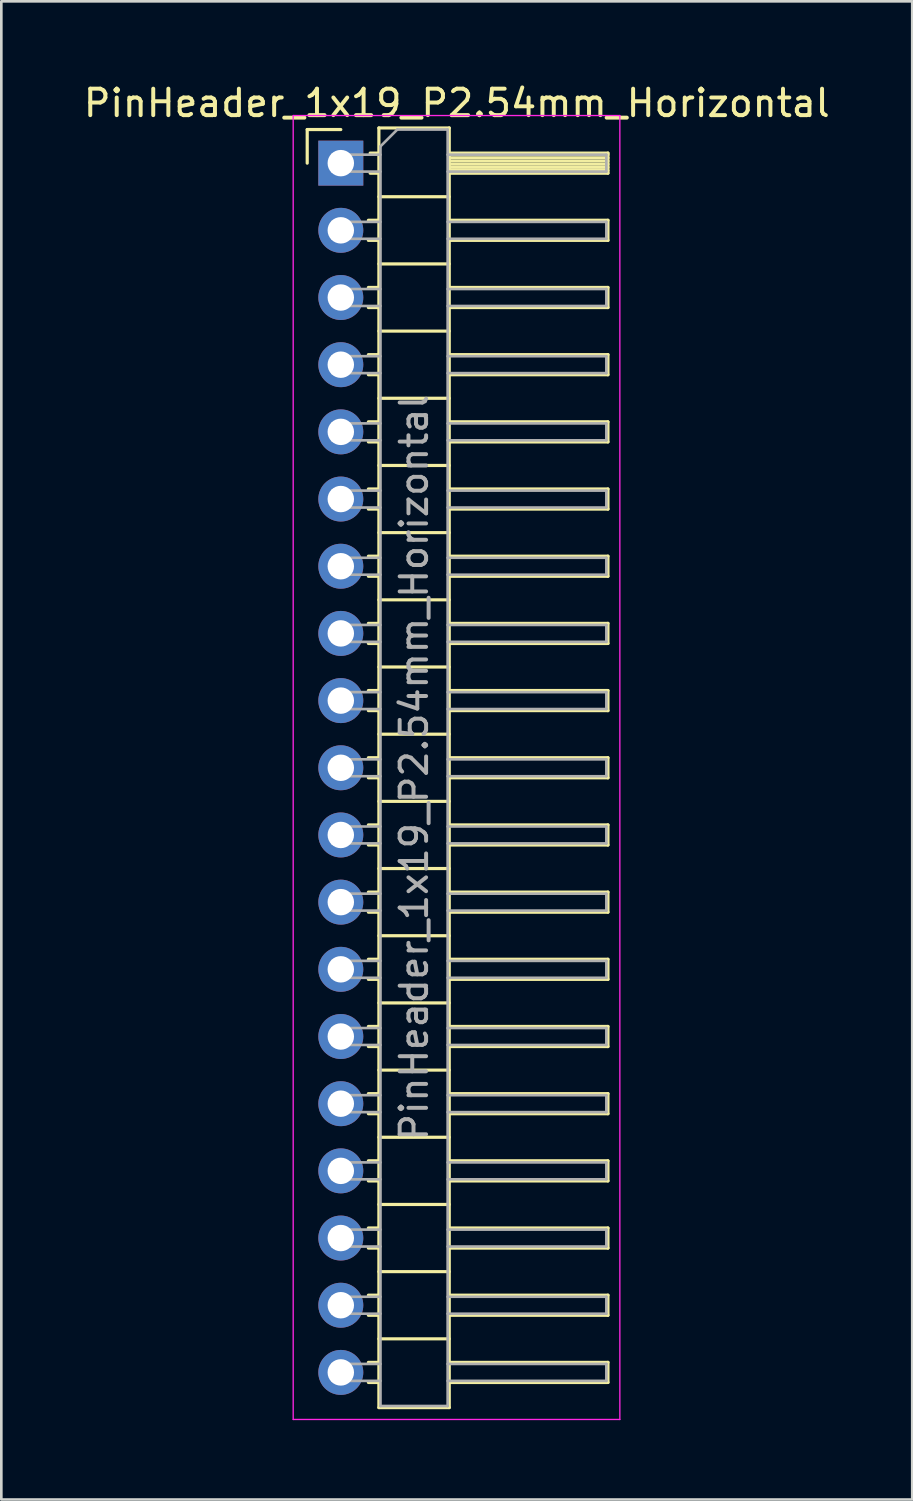
<source format=kicad_pcb>
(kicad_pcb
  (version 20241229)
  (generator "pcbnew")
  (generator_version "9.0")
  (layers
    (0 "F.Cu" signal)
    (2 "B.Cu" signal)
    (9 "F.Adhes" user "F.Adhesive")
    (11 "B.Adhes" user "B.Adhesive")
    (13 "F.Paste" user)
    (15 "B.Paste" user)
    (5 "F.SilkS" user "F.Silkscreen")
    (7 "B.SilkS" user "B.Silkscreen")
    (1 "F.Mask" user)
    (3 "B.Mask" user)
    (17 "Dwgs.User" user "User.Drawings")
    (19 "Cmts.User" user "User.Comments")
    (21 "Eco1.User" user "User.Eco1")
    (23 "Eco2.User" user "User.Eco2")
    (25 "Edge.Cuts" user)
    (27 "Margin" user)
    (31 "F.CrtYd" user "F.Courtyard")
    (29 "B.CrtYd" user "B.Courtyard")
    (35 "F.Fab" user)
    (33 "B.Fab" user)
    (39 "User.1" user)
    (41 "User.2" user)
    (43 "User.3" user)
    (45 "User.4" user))
  (footprint "PinHeader_1x19_P2.54mm_Horizontal"
    (layer "F.Cu")
    (at 9.835 3.118)
    (property "Reference" "PinHeader_1x19_P2.54mm_Horizontal" (at 4.385 -2.27 0) (layer "F.SilkS") (effects (font (size 1 1) (thickness 0.15))))
    (attr through_hole)
    (fp_line (start -1.27 -1.27) (end 0 -1.27) (stroke (width 0.12) (type solid)) (layer "F.SilkS"))
    (fp_line (start -1.27 0) (end -1.27 -1.27) (stroke (width 0.12) (type solid)) (layer "F.SilkS"))
    (fp_line (start 1.043 2.16) (end 1.44 2.16) (stroke (width 0.12) (type solid)) (layer "F.SilkS"))
    (fp_line (start 1.043 2.92) (end 1.44 2.92) (stroke (width 0.12) (type solid)) (layer "F.SilkS"))
    (fp_line (start 1.043 4.7) (end 1.44 4.7) (stroke (width 0.12) (type solid)) (layer "F.SilkS"))
    (fp_line (start 1.043 5.46) (end 1.44 5.46) (stroke (width 0.12) (type solid)) (layer "F.SilkS"))
    (fp_line (start 1.043 7.24) (end 1.44 7.24) (stroke (width 0.12) (type solid)) (layer "F.SilkS"))
    (fp_line (start 1.043 8) (end 1.44 8) (stroke (width 0.12) (type solid)) (layer "F.SilkS"))
    (fp_line (start 1.043 9.78) (end 1.44 9.78) (stroke (width 0.12) (type solid)) (layer "F.SilkS"))
    (fp_line (start 1.043 10.54) (end 1.44 10.54) (stroke (width 0.12) (type solid)) (layer "F.SilkS"))
    (fp_line (start 1.043 12.32) (end 1.44 12.32) (stroke (width 0.12) (type solid)) (layer "F.SilkS"))
    (fp_line (start 1.043 13.08) (end 1.44 13.08) (stroke (width 0.12) (type solid)) (layer "F.SilkS"))
    (fp_line (start 1.043 14.86) (end 1.44 14.86) (stroke (width 0.12) (type solid)) (layer "F.SilkS"))
    (fp_line (start 1.043 15.62) (end 1.44 15.62) (stroke (width 0.12) (type solid)) (layer "F.SilkS"))
    (fp_line (start 1.043 17.4) (end 1.44 17.4) (stroke (width 0.12) (type solid)) (layer "F.SilkS"))
    (fp_line (start 1.043 18.16) (end 1.44 18.16) (stroke (width 0.12) (type solid)) (layer "F.SilkS"))
    (fp_line (start 1.043 19.94) (end 1.44 19.94) (stroke (width 0.12) (type solid)) (layer "F.SilkS"))
    (fp_line (start 1.043 20.7) (end 1.44 20.7) (stroke (width 0.12) (type solid)) (layer "F.SilkS"))
    (fp_line (start 1.043 22.48) (end 1.44 22.48) (stroke (width 0.12) (type solid)) (layer "F.SilkS"))
    (fp_line (start 1.043 23.24) (end 1.44 23.24) (stroke (width 0.12) (type solid)) (layer "F.SilkS"))
    (fp_line (start 1.043 25.02) (end 1.44 25.02) (stroke (width 0.12) (type solid)) (layer "F.SilkS"))
    (fp_line (start 1.043 25.78) (end 1.44 25.78) (stroke (width 0.12) (type solid)) (layer "F.SilkS"))
    (fp_line (start 1.043 27.56) (end 1.44 27.56) (stroke (width 0.12) (type solid)) (layer "F.SilkS"))
    (fp_line (start 1.043 28.32) (end 1.44 28.32) (stroke (width 0.12) (type solid)) (layer "F.SilkS"))
    (fp_line (start 1.043 30.1) (end 1.44 30.1) (stroke (width 0.12) (type solid)) (layer "F.SilkS"))
    (fp_line (start 1.043 30.86) (end 1.44 30.86) (stroke (width 0.12) (type solid)) (layer "F.SilkS"))
    (fp_line (start 1.043 32.64) (end 1.44 32.64) (stroke (width 0.12) (type solid)) (layer "F.SilkS"))
    (fp_line (start 1.043 33.4) (end 1.44 33.4) (stroke (width 0.12) (type solid)) (layer "F.SilkS"))
    (fp_line (start 1.043 35.18) (end 1.44 35.18) (stroke (width 0.12) (type solid)) (layer "F.SilkS"))
    (fp_line (start 1.043 35.94) (end 1.44 35.94) (stroke (width 0.12) (type solid)) (layer "F.SilkS"))
    (fp_line (start 1.043 37.72) (end 1.44 37.72) (stroke (width 0.12) (type solid)) (layer "F.SilkS"))
    (fp_line (start 1.043 38.48) (end 1.44 38.48) (stroke (width 0.12) (type solid)) (layer "F.SilkS"))
    (fp_line (start 1.043 40.26) (end 1.44 40.26) (stroke (width 0.12) (type solid)) (layer "F.SilkS"))
    (fp_line (start 1.043 41.02) (end 1.44 41.02) (stroke (width 0.12) (type solid)) (layer "F.SilkS"))
    (fp_line (start 1.043 42.8) (end 1.44 42.8) (stroke (width 0.12) (type solid)) (layer "F.SilkS"))
    (fp_line (start 1.043 43.56) (end 1.44 43.56) (stroke (width 0.12) (type solid)) (layer "F.SilkS"))
    (fp_line (start 1.043 45.34) (end 1.44 45.34) (stroke (width 0.12) (type solid)) (layer "F.SilkS"))
    (fp_line (start 1.043 46.1) (end 1.44 46.1) (stroke (width 0.12) (type solid)) (layer "F.SilkS"))
    (fp_line (start 1.11 -0.38) (end 1.44 -0.38) (stroke (width 0.12) (type solid)) (layer "F.SilkS"))
    (fp_line (start 1.11 0.38) (end 1.44 0.38) (stroke (width 0.12) (type solid)) (layer "F.SilkS"))
    (fp_line (start 1.44 -1.33) (end 1.44 47.05) (stroke (width 0.12) (type solid)) (layer "F.SilkS"))
    (fp_line (start 1.44 1.27) (end 4.1 1.27) (stroke (width 0.12) (type solid)) (layer "F.SilkS"))
    (fp_line (start 1.44 3.81) (end 4.1 3.81) (stroke (width 0.12) (type solid)) (layer "F.SilkS"))
    (fp_line (start 1.44 6.35) (end 4.1 6.35) (stroke (width 0.12) (type solid)) (layer "F.SilkS"))
    (fp_line (start 1.44 8.89) (end 4.1 8.89) (stroke (width 0.12) (type solid)) (layer "F.SilkS"))
    (fp_line (start 1.44 11.43) (end 4.1 11.43) (stroke (width 0.12) (type solid)) (layer "F.SilkS"))
    (fp_line (start 1.44 13.97) (end 4.1 13.97) (stroke (width 0.12) (type solid)) (layer "F.SilkS"))
    (fp_line (start 1.44 16.51) (end 4.1 16.51) (stroke (width 0.12) (type solid)) (layer "F.SilkS"))
    (fp_line (start 1.44 19.05) (end 4.1 19.05) (stroke (width 0.12) (type solid)) (layer "F.SilkS"))
    (fp_line (start 1.44 21.59) (end 4.1 21.59) (stroke (width 0.12) (type solid)) (layer "F.SilkS"))
    (fp_line (start 1.44 24.13) (end 4.1 24.13) (stroke (width 0.12) (type solid)) (layer "F.SilkS"))
    (fp_line (start 1.44 26.67) (end 4.1 26.67) (stroke (width 0.12) (type solid)) (layer "F.SilkS"))
    (fp_line (start 1.44 29.21) (end 4.1 29.21) (stroke (width 0.12) (type solid)) (layer "F.SilkS"))
    (fp_line (start 1.44 31.75) (end 4.1 31.75) (stroke (width 0.12) (type solid)) (layer "F.SilkS"))
    (fp_line (start 1.44 34.29) (end 4.1 34.29) (stroke (width 0.12) (type solid)) (layer "F.SilkS"))
    (fp_line (start 1.44 36.83) (end 4.1 36.83) (stroke (width 0.12) (type solid)) (layer "F.SilkS"))
    (fp_line (start 1.44 39.37) (end 4.1 39.37) (stroke (width 0.12) (type solid)) (layer "F.SilkS"))
    (fp_line (start 1.44 41.91) (end 4.1 41.91) (stroke (width 0.12) (type solid)) (layer "F.SilkS"))
    (fp_line (start 1.44 44.45) (end 4.1 44.45) (stroke (width 0.12) (type solid)) (layer "F.SilkS"))
    (fp_line (start 1.44 47.05) (end 4.1 47.05) (stroke (width 0.12) (type solid)) (layer "F.SilkS"))
    (fp_line (start 4.1 -1.33) (end 1.44 -1.33) (stroke (width 0.12) (type solid)) (layer "F.SilkS"))
    (fp_line (start 4.1 -0.38) (end 10.1 -0.38) (stroke (width 0.12) (type solid)) (layer "F.SilkS"))
    (fp_line (start 4.1 -0.32) (end 10.1 -0.32) (stroke (width 0.12) (type solid)) (layer "F.SilkS"))
    (fp_line (start 4.1 -0.2) (end 10.1 -0.2) (stroke (width 0.12) (type solid)) (layer "F.SilkS"))
    (fp_line (start 4.1 -0.08) (end 10.1 -0.08) (stroke (width 0.12) (type solid)) (layer "F.SilkS"))
    (fp_line (start 4.1 0.04) (end 10.1 0.04) (stroke (width 0.12) (type solid)) (layer "F.SilkS"))
    (fp_line (start 4.1 0.16) (end 10.1 0.16) (stroke (width 0.12) (type solid)) (layer "F.SilkS"))
    (fp_line (start 4.1 0.28) (end 10.1 0.28) (stroke (width 0.12) (type solid)) (layer "F.SilkS"))
    (fp_line (start 4.1 2.16) (end 10.1 2.16) (stroke (width 0.12) (type solid)) (layer "F.SilkS"))
    (fp_line (start 4.1 4.7) (end 10.1 4.7) (stroke (width 0.12) (type solid)) (layer "F.SilkS"))
    (fp_line (start 4.1 7.24) (end 10.1 7.24) (stroke (width 0.12) (type solid)) (layer "F.SilkS"))
    (fp_line (start 4.1 9.78) (end 10.1 9.78) (stroke (width 0.12) (type solid)) (layer "F.SilkS"))
    (fp_line (start 4.1 12.32) (end 10.1 12.32) (stroke (width 0.12) (type solid)) (layer "F.SilkS"))
    (fp_line (start 4.1 14.86) (end 10.1 14.86) (stroke (width 0.12) (type solid)) (layer "F.SilkS"))
    (fp_line (start 4.1 17.4) (end 10.1 17.4) (stroke (width 0.12) (type solid)) (layer "F.SilkS"))
    (fp_line (start 4.1 19.94) (end 10.1 19.94) (stroke (width 0.12) (type solid)) (layer "F.SilkS"))
    (fp_line (start 4.1 22.48) (end 10.1 22.48) (stroke (width 0.12) (type solid)) (layer "F.SilkS"))
    (fp_line (start 4.1 25.02) (end 10.1 25.02) (stroke (width 0.12) (type solid)) (layer "F.SilkS"))
    (fp_line (start 4.1 27.56) (end 10.1 27.56) (stroke (width 0.12) (type solid)) (layer "F.SilkS"))
    (fp_line (start 4.1 30.1) (end 10.1 30.1) (stroke (width 0.12) (type solid)) (layer "F.SilkS"))
    (fp_line (start 4.1 32.64) (end 10.1 32.64) (stroke (width 0.12) (type solid)) (layer "F.SilkS"))
    (fp_line (start 4.1 35.18) (end 10.1 35.18) (stroke (width 0.12) (type solid)) (layer "F.SilkS"))
    (fp_line (start 4.1 37.72) (end 10.1 37.72) (stroke (width 0.12) (type solid)) (layer "F.SilkS"))
    (fp_line (start 4.1 40.26) (end 10.1 40.26) (stroke (width 0.12) (type solid)) (layer "F.SilkS"))
    (fp_line (start 4.1 42.8) (end 10.1 42.8) (stroke (width 0.12) (type solid)) (layer "F.SilkS"))
    (fp_line (start 4.1 45.34) (end 10.1 45.34) (stroke (width 0.12) (type solid)) (layer "F.SilkS"))
    (fp_line (start 4.1 47.05) (end 4.1 -1.33) (stroke (width 0.12) (type solid)) (layer "F.SilkS"))
    (fp_line (start 10.1 -0.38) (end 10.1 0.38) (stroke (width 0.12) (type solid)) (layer "F.SilkS"))
    (fp_line (start 10.1 0.38) (end 4.1 0.38) (stroke (width 0.12) (type solid)) (layer "F.SilkS"))
    (fp_line (start 10.1 2.16) (end 10.1 2.92) (stroke (width 0.12) (type solid)) (layer "F.SilkS"))
    (fp_line (start 10.1 2.92) (end 4.1 2.92) (stroke (width 0.12) (type solid)) (layer "F.SilkS"))
    (fp_line (start 10.1 4.7) (end 10.1 5.46) (stroke (width 0.12) (type solid)) (layer "F.SilkS"))
    (fp_line (start 10.1 5.46) (end 4.1 5.46) (stroke (width 0.12) (type solid)) (layer "F.SilkS"))
    (fp_line (start 10.1 7.24) (end 10.1 8) (stroke (width 0.12) (type solid)) (layer "F.SilkS"))
    (fp_line (start 10.1 8) (end 4.1 8) (stroke (width 0.12) (type solid)) (layer "F.SilkS"))
    (fp_line (start 10.1 9.78) (end 10.1 10.54) (stroke (width 0.12) (type solid)) (layer "F.SilkS"))
    (fp_line (start 10.1 10.54) (end 4.1 10.54) (stroke (width 0.12) (type solid)) (layer "F.SilkS"))
    (fp_line (start 10.1 12.32) (end 10.1 13.08) (stroke (width 0.12) (type solid)) (layer "F.SilkS"))
    (fp_line (start 10.1 13.08) (end 4.1 13.08) (stroke (width 0.12) (type solid)) (layer "F.SilkS"))
    (fp_line (start 10.1 14.86) (end 10.1 15.62) (stroke (width 0.12) (type solid)) (layer "F.SilkS"))
    (fp_line (start 10.1 15.62) (end 4.1 15.62) (stroke (width 0.12) (type solid)) (layer "F.SilkS"))
    (fp_line (start 10.1 17.4) (end 10.1 18.16) (stroke (width 0.12) (type solid)) (layer "F.SilkS"))
    (fp_line (start 10.1 18.16) (end 4.1 18.16) (stroke (width 0.12) (type solid)) (layer "F.SilkS"))
    (fp_line (start 10.1 19.94) (end 10.1 20.7) (stroke (width 0.12) (type solid)) (layer "F.SilkS"))
    (fp_line (start 10.1 20.7) (end 4.1 20.7) (stroke (width 0.12) (type solid)) (layer "F.SilkS"))
    (fp_line (start 10.1 22.48) (end 10.1 23.24) (stroke (width 0.12) (type solid)) (layer "F.SilkS"))
    (fp_line (start 10.1 23.24) (end 4.1 23.24) (stroke (width 0.12) (type solid)) (layer "F.SilkS"))
    (fp_line (start 10.1 25.02) (end 10.1 25.78) (stroke (width 0.12) (type solid)) (layer "F.SilkS"))
    (fp_line (start 10.1 25.78) (end 4.1 25.78) (stroke (width 0.12) (type solid)) (layer "F.SilkS"))
    (fp_line (start 10.1 27.56) (end 10.1 28.32) (stroke (width 0.12) (type solid)) (layer "F.SilkS"))
    (fp_line (start 10.1 28.32) (end 4.1 28.32) (stroke (width 0.12) (type solid)) (layer "F.SilkS"))
    (fp_line (start 10.1 30.1) (end 10.1 30.86) (stroke (width 0.12) (type solid)) (layer "F.SilkS"))
    (fp_line (start 10.1 30.86) (end 4.1 30.86) (stroke (width 0.12) (type solid)) (layer "F.SilkS"))
    (fp_line (start 10.1 32.64) (end 10.1 33.4) (stroke (width 0.12) (type solid)) (layer "F.SilkS"))
    (fp_line (start 10.1 33.4) (end 4.1 33.4) (stroke (width 0.12) (type solid)) (layer "F.SilkS"))
    (fp_line (start 10.1 35.18) (end 10.1 35.94) (stroke (width 0.12) (type solid)) (layer "F.SilkS"))
    (fp_line (start 10.1 35.94) (end 4.1 35.94) (stroke (width 0.12) (type solid)) (layer "F.SilkS"))
    (fp_line (start 10.1 37.72) (end 10.1 38.48) (stroke (width 0.12) (type solid)) (layer "F.SilkS"))
    (fp_line (start 10.1 38.48) (end 4.1 38.48) (stroke (width 0.12) (type solid)) (layer "F.SilkS"))
    (fp_line (start 10.1 40.26) (end 10.1 41.02) (stroke (width 0.12) (type solid)) (layer "F.SilkS"))
    (fp_line (start 10.1 41.02) (end 4.1 41.02) (stroke (width 0.12) (type solid)) (layer "F.SilkS"))
    (fp_line (start 10.1 42.8) (end 10.1 43.56) (stroke (width 0.12) (type solid)) (layer "F.SilkS"))
    (fp_line (start 10.1 43.56) (end 4.1 43.56) (stroke (width 0.12) (type solid)) (layer "F.SilkS"))
    (fp_line (start 10.1 45.34) (end 10.1 46.1) (stroke (width 0.12) (type solid)) (layer "F.SilkS"))
    (fp_line (start 10.1 46.1) (end 4.1 46.1) (stroke (width 0.12) (type solid)) (layer "F.SilkS"))
    (fp_line (start -1.8 -1.8) (end -1.8 47.5) (stroke (width 0.05) (type solid)) (layer "F.CrtYd"))
    (fp_line (start -1.8 47.5) (end 10.55 47.5) (stroke (width 0.05) (type solid)) (layer "F.CrtYd"))
    (fp_line (start 10.55 -1.8) (end -1.8 -1.8) (stroke (width 0.05) (type solid)) (layer "F.CrtYd"))
    (fp_line (start 10.55 47.5) (end 10.55 -1.8) (stroke (width 0.05) (type solid)) (layer "F.CrtYd"))
    (fp_line (start -0.32 -0.32) (end -0.32 0.32) (stroke (width 0.1) (type solid)) (layer "F.Fab"))
    (fp_line (start -0.32 -0.32) (end 1.5 -0.32) (stroke (width 0.1) (type solid)) (layer "F.Fab"))
    (fp_line (start -0.32 0.32) (end 1.5 0.32) (stroke (width 0.1) (type solid)) (layer "F.Fab"))
    (fp_line (start -0.32 2.22) (end -0.32 2.86) (stroke (width 0.1) (type solid)) (layer "F.Fab"))
    (fp_line (start -0.32 2.22) (end 1.5 2.22) (stroke (width 0.1) (type solid)) (layer "F.Fab"))
    (fp_line (start -0.32 2.86) (end 1.5 2.86) (stroke (width 0.1) (type solid)) (layer "F.Fab"))
    (fp_line (start -0.32 4.76) (end -0.32 5.4) (stroke (width 0.1) (type solid)) (layer "F.Fab"))
    (fp_line (start -0.32 4.76) (end 1.5 4.76) (stroke (width 0.1) (type solid)) (layer "F.Fab"))
    (fp_line (start -0.32 5.4) (end 1.5 5.4) (stroke (width 0.1) (type solid)) (layer "F.Fab"))
    (fp_line (start -0.32 7.3) (end -0.32 7.94) (stroke (width 0.1) (type solid)) (layer "F.Fab"))
    (fp_line (start -0.32 7.3) (end 1.5 7.3) (stroke (width 0.1) (type solid)) (layer "F.Fab"))
    (fp_line (start -0.32 7.94) (end 1.5 7.94) (stroke (width 0.1) (type solid)) (layer "F.Fab"))
    (fp_line (start -0.32 9.84) (end -0.32 10.48) (stroke (width 0.1) (type solid)) (layer "F.Fab"))
    (fp_line (start -0.32 9.84) (end 1.5 9.84) (stroke (width 0.1) (type solid)) (layer "F.Fab"))
    (fp_line (start -0.32 10.48) (end 1.5 10.48) (stroke (width 0.1) (type solid)) (layer "F.Fab"))
    (fp_line (start -0.32 12.38) (end -0.32 13.02) (stroke (width 0.1) (type solid)) (layer "F.Fab"))
    (fp_line (start -0.32 12.38) (end 1.5 12.38) (stroke (width 0.1) (type solid)) (layer "F.Fab"))
    (fp_line (start -0.32 13.02) (end 1.5 13.02) (stroke (width 0.1) (type solid)) (layer "F.Fab"))
    (fp_line (start -0.32 14.92) (end -0.32 15.56) (stroke (width 0.1) (type solid)) (layer "F.Fab"))
    (fp_line (start -0.32 14.92) (end 1.5 14.92) (stroke (width 0.1) (type solid)) (layer "F.Fab"))
    (fp_line (start -0.32 15.56) (end 1.5 15.56) (stroke (width 0.1) (type solid)) (layer "F.Fab"))
    (fp_line (start -0.32 17.46) (end -0.32 18.1) (stroke (width 0.1) (type solid)) (layer "F.Fab"))
    (fp_line (start -0.32 17.46) (end 1.5 17.46) (stroke (width 0.1) (type solid)) (layer "F.Fab"))
    (fp_line (start -0.32 18.1) (end 1.5 18.1) (stroke (width 0.1) (type solid)) (layer "F.Fab"))
    (fp_line (start -0.32 20) (end -0.32 20.64) (stroke (width 0.1) (type solid)) (layer "F.Fab"))
    (fp_line (start -0.32 20) (end 1.5 20) (stroke (width 0.1) (type solid)) (layer "F.Fab"))
    (fp_line (start -0.32 20.64) (end 1.5 20.64) (stroke (width 0.1) (type solid)) (layer "F.Fab"))
    (fp_line (start -0.32 22.54) (end -0.32 23.18) (stroke (width 0.1) (type solid)) (layer "F.Fab"))
    (fp_line (start -0.32 22.54) (end 1.5 22.54) (stroke (width 0.1) (type solid)) (layer "F.Fab"))
    (fp_line (start -0.32 23.18) (end 1.5 23.18) (stroke (width 0.1) (type solid)) (layer "F.Fab"))
    (fp_line (start -0.32 25.08) (end -0.32 25.72) (stroke (width 0.1) (type solid)) (layer "F.Fab"))
    (fp_line (start -0.32 25.08) (end 1.5 25.08) (stroke (width 0.1) (type solid)) (layer "F.Fab"))
    (fp_line (start -0.32 25.72) (end 1.5 25.72) (stroke (width 0.1) (type solid)) (layer "F.Fab"))
    (fp_line (start -0.32 27.62) (end -0.32 28.26) (stroke (width 0.1) (type solid)) (layer "F.Fab"))
    (fp_line (start -0.32 27.62) (end 1.5 27.62) (stroke (width 0.1) (type solid)) (layer "F.Fab"))
    (fp_line (start -0.32 28.26) (end 1.5 28.26) (stroke (width 0.1) (type solid)) (layer "F.Fab"))
    (fp_line (start -0.32 30.16) (end -0.32 30.8) (stroke (width 0.1) (type solid)) (layer "F.Fab"))
    (fp_line (start -0.32 30.16) (end 1.5 30.16) (stroke (width 0.1) (type solid)) (layer "F.Fab"))
    (fp_line (start -0.32 30.8) (end 1.5 30.8) (stroke (width 0.1) (type solid)) (layer "F.Fab"))
    (fp_line (start -0.32 32.7) (end -0.32 33.34) (stroke (width 0.1) (type solid)) (layer "F.Fab"))
    (fp_line (start -0.32 32.7) (end 1.5 32.7) (stroke (width 0.1) (type solid)) (layer "F.Fab"))
    (fp_line (start -0.32 33.34) (end 1.5 33.34) (stroke (width 0.1) (type solid)) (layer "F.Fab"))
    (fp_line (start -0.32 35.24) (end -0.32 35.88) (stroke (width 0.1) (type solid)) (layer "F.Fab"))
    (fp_line (start -0.32 35.24) (end 1.5 35.24) (stroke (width 0.1) (type solid)) (layer "F.Fab"))
    (fp_line (start -0.32 35.88) (end 1.5 35.88) (stroke (width 0.1) (type solid)) (layer "F.Fab"))
    (fp_line (start -0.32 37.78) (end -0.32 38.42) (stroke (width 0.1) (type solid)) (layer "F.Fab"))
    (fp_line (start -0.32 37.78) (end 1.5 37.78) (stroke (width 0.1) (type solid)) (layer "F.Fab"))
    (fp_line (start -0.32 38.42) (end 1.5 38.42) (stroke (width 0.1) (type solid)) (layer "F.Fab"))
    (fp_line (start -0.32 40.32) (end -0.32 40.96) (stroke (width 0.1) (type solid)) (layer "F.Fab"))
    (fp_line (start -0.32 40.32) (end 1.5 40.32) (stroke (width 0.1) (type solid)) (layer "F.Fab"))
    (fp_line (start -0.32 40.96) (end 1.5 40.96) (stroke (width 0.1) (type solid)) (layer "F.Fab"))
    (fp_line (start -0.32 42.86) (end -0.32 43.5) (stroke (width 0.1) (type solid)) (layer "F.Fab"))
    (fp_line (start -0.32 42.86) (end 1.5 42.86) (stroke (width 0.1) (type solid)) (layer "F.Fab"))
    (fp_line (start -0.32 43.5) (end 1.5 43.5) (stroke (width 0.1) (type solid)) (layer "F.Fab"))
    (fp_line (start -0.32 45.4) (end -0.32 46.04) (stroke (width 0.1) (type solid)) (layer "F.Fab"))
    (fp_line (start -0.32 45.4) (end 1.5 45.4) (stroke (width 0.1) (type solid)) (layer "F.Fab"))
    (fp_line (start -0.32 46.04) (end 1.5 46.04) (stroke (width 0.1) (type solid)) (layer "F.Fab"))
    (fp_line (start 1.5 -0.635) (end 2.135 -1.27) (stroke (width 0.1) (type solid)) (layer "F.Fab"))
    (fp_line (start 1.5 46.99) (end 1.5 -0.635) (stroke (width 0.1) (type solid)) (layer "F.Fab"))
    (fp_line (start 2.135 -1.27) (end 4.04 -1.27) (stroke (width 0.1) (type solid)) (layer "F.Fab"))
    (fp_line (start 4.04 -1.27) (end 4.04 46.99) (stroke (width 0.1) (type solid)) (layer "F.Fab"))
    (fp_line (start 4.04 -0.32) (end 10.04 -0.32) (stroke (width 0.1) (type solid)) (layer "F.Fab"))
    (fp_line (start 4.04 0.32) (end 10.04 0.32) (stroke (width 0.1) (type solid)) (layer "F.Fab"))
    (fp_line (start 4.04 2.22) (end 10.04 2.22) (stroke (width 0.1) (type solid)) (layer "F.Fab"))
    (fp_line (start 4.04 2.86) (end 10.04 2.86) (stroke (width 0.1) (type solid)) (layer "F.Fab"))
    (fp_line (start 4.04 4.76) (end 10.04 4.76) (stroke (width 0.1) (type solid)) (layer "F.Fab"))
    (fp_line (start 4.04 5.4) (end 10.04 5.4) (stroke (width 0.1) (type solid)) (layer "F.Fab"))
    (fp_line (start 4.04 7.3) (end 10.04 7.3) (stroke (width 0.1) (type solid)) (layer "F.Fab"))
    (fp_line (start 4.04 7.94) (end 10.04 7.94) (stroke (width 0.1) (type solid)) (layer "F.Fab"))
    (fp_line (start 4.04 9.84) (end 10.04 9.84) (stroke (width 0.1) (type solid)) (layer "F.Fab"))
    (fp_line (start 4.04 10.48) (end 10.04 10.48) (stroke (width 0.1) (type solid)) (layer "F.Fab"))
    (fp_line (start 4.04 12.38) (end 10.04 12.38) (stroke (width 0.1) (type solid)) (layer "F.Fab"))
    (fp_line (start 4.04 13.02) (end 10.04 13.02) (stroke (width 0.1) (type solid)) (layer "F.Fab"))
    (fp_line (start 4.04 14.92) (end 10.04 14.92) (stroke (width 0.1) (type solid)) (layer "F.Fab"))
    (fp_line (start 4.04 15.56) (end 10.04 15.56) (stroke (width 0.1) (type solid)) (layer "F.Fab"))
    (fp_line (start 4.04 17.46) (end 10.04 17.46) (stroke (width 0.1) (type solid)) (layer "F.Fab"))
    (fp_line (start 4.04 18.1) (end 10.04 18.1) (stroke (width 0.1) (type solid)) (layer "F.Fab"))
    (fp_line (start 4.04 20) (end 10.04 20) (stroke (width 0.1) (type solid)) (layer "F.Fab"))
    (fp_line (start 4.04 20.64) (end 10.04 20.64) (stroke (width 0.1) (type solid)) (layer "F.Fab"))
    (fp_line (start 4.04 22.54) (end 10.04 22.54) (stroke (width 0.1) (type solid)) (layer "F.Fab"))
    (fp_line (start 4.04 23.18) (end 10.04 23.18) (stroke (width 0.1) (type solid)) (layer "F.Fab"))
    (fp_line (start 4.04 25.08) (end 10.04 25.08) (stroke (width 0.1) (type solid)) (layer "F.Fab"))
    (fp_line (start 4.04 25.72) (end 10.04 25.72) (stroke (width 0.1) (type solid)) (layer "F.Fab"))
    (fp_line (start 4.04 27.62) (end 10.04 27.62) (stroke (width 0.1) (type solid)) (layer "F.Fab"))
    (fp_line (start 4.04 28.26) (end 10.04 28.26) (stroke (width 0.1) (type solid)) (layer "F.Fab"))
    (fp_line (start 4.04 30.16) (end 10.04 30.16) (stroke (width 0.1) (type solid)) (layer "F.Fab"))
    (fp_line (start 4.04 30.8) (end 10.04 30.8) (stroke (width 0.1) (type solid)) (layer "F.Fab"))
    (fp_line (start 4.04 32.7) (end 10.04 32.7) (stroke (width 0.1) (type solid)) (layer "F.Fab"))
    (fp_line (start 4.04 33.34) (end 10.04 33.34) (stroke (width 0.1) (type solid)) (layer "F.Fab"))
    (fp_line (start 4.04 35.24) (end 10.04 35.24) (stroke (width 0.1) (type solid)) (layer "F.Fab"))
    (fp_line (start 4.04 35.88) (end 10.04 35.88) (stroke (width 0.1) (type solid)) (layer "F.Fab"))
    (fp_line (start 4.04 37.78) (end 10.04 37.78) (stroke (width 0.1) (type solid)) (layer "F.Fab"))
    (fp_line (start 4.04 38.42) (end 10.04 38.42) (stroke (width 0.1) (type solid)) (layer "F.Fab"))
    (fp_line (start 4.04 40.32) (end 10.04 40.32) (stroke (width 0.1) (type solid)) (layer "F.Fab"))
    (fp_line (start 4.04 40.96) (end 10.04 40.96) (stroke (width 0.1) (type solid)) (layer "F.Fab"))
    (fp_line (start 4.04 42.86) (end 10.04 42.86) (stroke (width 0.1) (type solid)) (layer "F.Fab"))
    (fp_line (start 4.04 43.5) (end 10.04 43.5) (stroke (width 0.1) (type solid)) (layer "F.Fab"))
    (fp_line (start 4.04 45.4) (end 10.04 45.4) (stroke (width 0.1) (type solid)) (layer "F.Fab"))
    (fp_line (start 4.04 46.04) (end 10.04 46.04) (stroke (width 0.1) (type solid)) (layer "F.Fab"))
    (fp_line (start 4.04 46.99) (end 1.5 46.99) (stroke (width 0.1) (type solid)) (layer "F.Fab"))
    (fp_line (start 10.04 -0.32) (end 10.04 0.32) (stroke (width 0.1) (type solid)) (layer "F.Fab"))
    (fp_line (start 10.04 2.22) (end 10.04 2.86) (stroke (width 0.1) (type solid)) (layer "F.Fab"))
    (fp_line (start 10.04 4.76) (end 10.04 5.4) (stroke (width 0.1) (type solid)) (layer "F.Fab"))
    (fp_line (start 10.04 7.3) (end 10.04 7.94) (stroke (width 0.1) (type solid)) (layer "F.Fab"))
    (fp_line (start 10.04 9.84) (end 10.04 10.48) (stroke (width 0.1) (type solid)) (layer "F.Fab"))
    (fp_line (start 10.04 12.38) (end 10.04 13.02) (stroke (width 0.1) (type solid)) (layer "F.Fab"))
    (fp_line (start 10.04 14.92) (end 10.04 15.56) (stroke (width 0.1) (type solid)) (layer "F.Fab"))
    (fp_line (start 10.04 17.46) (end 10.04 18.1) (stroke (width 0.1) (type solid)) (layer "F.Fab"))
    (fp_line (start 10.04 20) (end 10.04 20.64) (stroke (width 0.1) (type solid)) (layer "F.Fab"))
    (fp_line (start 10.04 22.54) (end 10.04 23.18) (stroke (width 0.1) (type solid)) (layer "F.Fab"))
    (fp_line (start 10.04 25.08) (end 10.04 25.72) (stroke (width 0.1) (type solid)) (layer "F.Fab"))
    (fp_line (start 10.04 27.62) (end 10.04 28.26) (stroke (width 0.1) (type solid)) (layer "F.Fab"))
    (fp_line (start 10.04 30.16) (end 10.04 30.8) (stroke (width 0.1) (type solid)) (layer "F.Fab"))
    (fp_line (start 10.04 32.7) (end 10.04 33.34) (stroke (width 0.1) (type solid)) (layer "F.Fab"))
    (fp_line (start 10.04 35.24) (end 10.04 35.88) (stroke (width 0.1) (type solid)) (layer "F.Fab"))
    (fp_line (start 10.04 37.78) (end 10.04 38.42) (stroke (width 0.1) (type solid)) (layer "F.Fab"))
    (fp_line (start 10.04 40.32) (end 10.04 40.96) (stroke (width 0.1) (type solid)) (layer "F.Fab"))
    (fp_line (start 10.04 42.86) (end 10.04 43.5) (stroke (width 0.1) (type solid)) (layer "F.Fab"))
    (fp_line (start 10.04 45.4) (end 10.04 46.04) (stroke (width 0.1) (type solid)) (layer "F.Fab"))
    (fp_text user "${REFERENCE}" (at 2.77 22.86 90) (layer "F.Fab") (effects (font (size 1 1) (thickness 0.15))))
    (pad "1" thru_hole rect (at 0 0) (size 1.7 1.7) (drill 1) (layers "*.Cu" "*.Mask"))
    (pad "2" thru_hole oval (at 0 2.54) (size 1.7 1.7) (drill 1) (layers "*.Cu" "*.Mask"))
    (pad "3" thru_hole oval (at 0 5.08) (size 1.7 1.7) (drill 1) (layers "*.Cu" "*.Mask"))
    (pad "4" thru_hole oval (at 0 7.62) (size 1.7 1.7) (drill 1) (layers "*.Cu" "*.Mask"))
    (pad "5" thru_hole oval (at 0 10.16) (size 1.7 1.7) (drill 1) (layers "*.Cu" "*.Mask"))
    (pad "6" thru_hole oval (at 0 12.7) (size 1.7 1.7) (drill 1) (layers "*.Cu" "*.Mask"))
    (pad "7" thru_hole oval (at 0 15.24) (size 1.7 1.7) (drill 1) (layers "*.Cu" "*.Mask"))
    (pad "8" thru_hole oval (at 0 17.78) (size 1.7 1.7) (drill 1) (layers "*.Cu" "*.Mask"))
    (pad "9" thru_hole oval (at 0 20.32) (size 1.7 1.7) (drill 1) (layers "*.Cu" "*.Mask"))
    (pad "10" thru_hole oval (at 0 22.86) (size 1.7 1.7) (drill 1) (layers "*.Cu" "*.Mask"))
    (pad "11" thru_hole oval (at 0 25.4) (size 1.7 1.7) (drill 1) (layers "*.Cu" "*.Mask"))
    (pad "12" thru_hole oval (at 0 27.94) (size 1.7 1.7) (drill 1) (layers "*.Cu" "*.Mask"))
    (pad "13" thru_hole oval (at 0 30.48) (size 1.7 1.7) (drill 1) (layers "*.Cu" "*.Mask"))
    (pad "14" thru_hole oval (at 0 33.02) (size 1.7 1.7) (drill 1) (layers "*.Cu" "*.Mask"))
    (pad "15" thru_hole oval (at 0 35.56) (size 1.7 1.7) (drill 1) (layers "*.Cu" "*.Mask"))
    (pad "16" thru_hole oval (at 0 38.1) (size 1.7 1.7) (drill 1) (layers "*.Cu" "*.Mask"))
    (pad "17" thru_hole oval (at 0 40.64) (size 1.7 1.7) (drill 1) (layers "*.Cu" "*.Mask"))
    (pad "18" thru_hole oval (at 0 43.18) (size 1.7 1.7) (drill 1) (layers "*.Cu" "*.Mask"))
    (pad "19" thru_hole oval (at 0 45.72) (size 1.7 1.7) (drill 1) (layers "*.Cu" "*.Mask")))
  (gr_rect
    (start -3 -3)
    (end 31.44 53.643)
    (stroke (width 0.1) (type default))
    (fill no)
    (layer "Edge.Cuts")))
</source>
